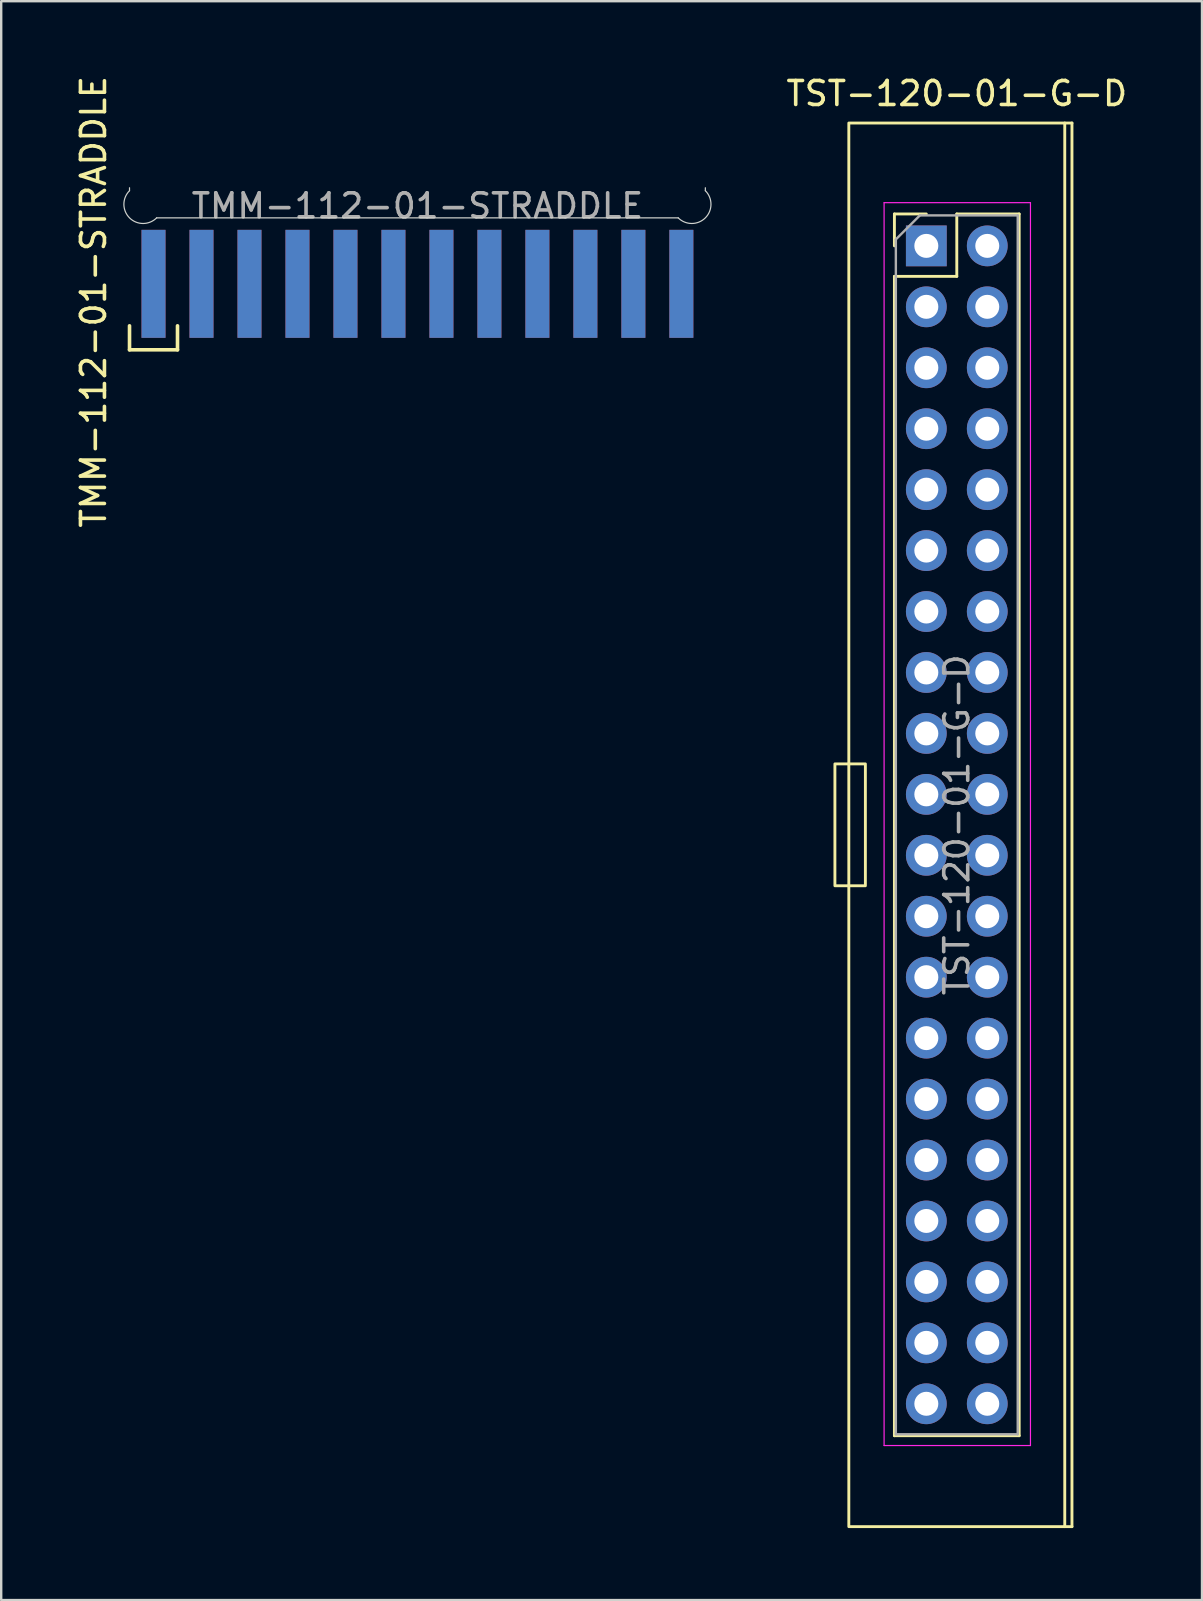
<source format=kicad_pcb>
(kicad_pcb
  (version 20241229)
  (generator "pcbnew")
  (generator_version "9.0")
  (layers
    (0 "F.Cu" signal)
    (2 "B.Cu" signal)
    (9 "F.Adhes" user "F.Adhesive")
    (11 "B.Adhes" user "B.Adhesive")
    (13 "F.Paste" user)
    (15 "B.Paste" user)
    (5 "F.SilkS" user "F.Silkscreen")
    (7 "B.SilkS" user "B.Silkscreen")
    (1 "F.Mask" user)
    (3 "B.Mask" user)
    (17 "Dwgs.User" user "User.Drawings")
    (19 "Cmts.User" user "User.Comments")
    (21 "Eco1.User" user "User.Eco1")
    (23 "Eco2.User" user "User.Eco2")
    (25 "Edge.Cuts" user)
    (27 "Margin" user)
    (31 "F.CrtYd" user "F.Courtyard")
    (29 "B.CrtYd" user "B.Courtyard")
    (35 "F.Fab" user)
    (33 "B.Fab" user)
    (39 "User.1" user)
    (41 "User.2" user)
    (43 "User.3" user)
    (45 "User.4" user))
  (footprint "TMM-112-01-STRADDLE"
    (layer "F.Cu")
    (at 14.348 6.03)
    (property "Reference" "TMM-112-01-STRADDLE" (at -13.5 3.5 270) (layer "F.SilkS") (effects (font (size 1 1) (thickness 0.15))))
    (attr smd)
    (fp_line (start -12 5.5) (end -12 4.5) (stroke (width 0.15) (type solid)) (layer "F.SilkS"))
    (fp_line (start -10 4.5) (end -10 5.5) (stroke (width 0.15) (type solid)) (layer "F.SilkS"))
    (fp_line (start -10 5.5) (end -12 5.5) (stroke (width 0.15) (type solid)) (layer "F.SilkS"))
    (fp_line (start -12 -1.131) (end -12 -1.254) (stroke (width 0.05) (type solid)) (layer "Edge.Cuts"))
    (fp_line (start -10.869 0) (end 10.869 0) (stroke (width 0.05) (type solid)) (layer "Edge.Cuts"))
    (fp_line (start 12 -1.131) (end 12 -1.254) (stroke (width 0.05) (type solid)) (layer "Edge.Cuts"))
    (fp_arc (start -10.868629 0) (mid -11.999999 0) (end -11.999999 -1.13137) (stroke (width 0.05) (type solid)) (layer "Edge.Cuts"))
    (fp_arc (start 11.999999 -1.13137) (mid 11.999999 0) (end 10.868629 0) (stroke (width 0.05) (type solid)) (layer "Edge.Cuts"))
    (fp_text user "${REFERENCE}" (at 0 -0.5 0) (layer "F.Fab") (effects (font (size 1 1) (thickness 0.15))))
    (pad "a1" smd rect (at -11 2.75 270) (size 4.5 1) (layers "F.Cu" "F.Mask" "F.Paste"))
    (pad "a2" smd rect (at -9 2.75 270) (size 4.5 1) (layers "F.Cu" "F.Mask" "F.Paste"))
    (pad "a3" smd rect (at -7 2.75 270) (size 4.5 1) (layers "F.Cu" "F.Mask" "F.Paste"))
    (pad "a4" smd rect (at -5 2.75 270) (size 4.5 1) (layers "F.Cu" "F.Mask" "F.Paste"))
    (pad "a5" smd rect (at -3 2.75 270) (size 4.5 1) (layers "F.Cu" "F.Mask" "F.Paste"))
    (pad "a6" smd rect (at -1 2.75 270) (size 4.5 1) (layers "F.Cu" "F.Mask" "F.Paste"))
    (pad "a7" smd rect (at 1 2.75 270) (size 4.5 1) (layers "F.Cu" "F.Mask" "F.Paste"))
    (pad "a8" smd rect (at 3 2.75 270) (size 4.5 1) (layers "F.Cu" "F.Mask" "F.Paste"))
    (pad "a9" smd rect (at 5 2.75 270) (size 4.5 1) (layers "F.Cu" "F.Mask" "F.Paste"))
    (pad "a10" smd rect (at 7 2.75 270) (size 4.5 1) (layers "F.Cu" "F.Mask" "F.Paste"))
    (pad "a11" smd rect (at 9 2.75 270) (size 4.5 1) (layers "F.Cu" "F.Mask" "F.Paste"))
    (pad "a12" smd rect (at 11 2.75 270) (size 4.5 1) (layers "F.Cu" "F.Mask" "F.Paste"))
    (pad "b1" smd rect (at -11 2.75 90) (size 4.5 1) (layers "B.Cu" "B.Mask" "B.Paste"))
    (pad "b2" smd rect (at -9 2.75 90) (size 4.5 1) (layers "B.Cu" "B.Mask" "B.Paste"))
    (pad "b3" smd rect (at -7 2.75 90) (size 4.5 1) (layers "B.Cu" "B.Mask" "B.Paste"))
    (pad "b4" smd rect (at -5 2.75 90) (size 4.5 1) (layers "B.Cu" "B.Mask" "B.Paste"))
    (pad "b5" smd rect (at -3 2.75 90) (size 4.5 1) (layers "B.Cu" "B.Mask" "B.Paste"))
    (pad "b6" smd rect (at -1 2.75 90) (size 4.5 1) (layers "B.Cu" "B.Mask" "B.Paste"))
    (pad "b7" smd rect (at 1 2.75 90) (size 4.5 1) (layers "B.Cu" "B.Mask" "B.Paste"))
    (pad "b8" smd rect (at 3 2.75 90) (size 4.5 1) (layers "B.Cu" "B.Mask" "B.Paste"))
    (pad "b9" smd rect (at 5 2.75 90) (size 4.5 1) (layers "B.Cu" "B.Mask" "B.Paste"))
    (pad "b10" smd rect (at 7 2.75 90) (size 4.5 1) (layers "B.Cu" "B.Mask" "B.Paste"))
    (pad "b11" smd rect (at 9 2.75 90) (size 4.5 1) (layers "B.Cu" "B.Mask" "B.Paste"))
    (pad "b12" smd rect (at 11 2.75 90) (size 4.5 1) (layers "B.Cu" "B.Mask" "B.Paste")))
  (footprint "TST-120-01-G-D"
    (layer "F.Cu")
    (at 35.558 7.198)
    (property "Reference" "TST-120-01-G-D" (at 1.27 -6.35 0) (layer "F.SilkS") (effects (font (size 1 1) (thickness 0.15))))
    (attr through_hole)
    (fp_line (start -1.33 -1.33) (end -1.33 0) (stroke (width 0.12) (type solid)) (layer "F.SilkS"))
    (fp_line (start -1.33 1.27) (end -1.33 49.59) (stroke (width 0.12) (type solid)) (layer "F.SilkS"))
    (fp_line (start 0 -1.33) (end -1.33 -1.33) (stroke (width 0.12) (type solid)) (layer "F.SilkS"))
    (fp_line (start 1.27 -1.33) (end 1.27 1.27) (stroke (width 0.12) (type solid)) (layer "F.SilkS"))
    (fp_line (start 1.27 1.27) (end -1.33 1.27) (stroke (width 0.12) (type solid)) (layer "F.SilkS"))
    (fp_line (start 3.87 -1.33) (end 1.27 -1.33) (stroke (width 0.12) (type solid)) (layer "F.SilkS"))
    (fp_line (start 3.87 -1.33) (end 3.87 49.59) (stroke (width 0.12) (type solid)) (layer "F.SilkS"))
    (fp_line (start 3.87 49.59) (end -1.33 49.59) (stroke (width 0.12) (type solid)) (layer "F.SilkS"))
    (fp_line (start 6.07 -5.12) (end 5.77 -5.12) (stroke (width 0.12) (type solid)) (layer "F.SilkS"))
    (fp_line (start 6.07 -5.12) (end 6.07 53.38) (stroke (width 0.12) (type solid)) (layer "F.SilkS"))
    (fp_line (start 6.07 53.38) (end 5.77 53.38) (stroke (width 0.12) (type solid)) (layer "F.SilkS"))
    (fp_rect (start -2.54 26.67) (end -3.81 21.59) (stroke (width 0.12) (type solid)) (fill no) (layer "F.SilkS"))
    (fp_rect (start 5.77 53.38) (end -3.23 -5.12) (stroke (width 0.12) (type solid)) (fill no) (layer "F.SilkS"))
    (fp_line (start -1.76 -1.8) (end -1.76 50) (stroke (width 0.05) (type solid)) (layer "F.CrtYd"))
    (fp_line (start -1.76 50) (end 4.34 50) (stroke (width 0.05) (type solid)) (layer "F.CrtYd"))
    (fp_line (start 4.34 -1.8) (end -1.76 -1.8) (stroke (width 0.05) (type solid)) (layer "F.CrtYd"))
    (fp_line (start 4.34 50) (end 4.34 -1.8) (stroke (width 0.05) (type solid)) (layer "F.CrtYd"))
    (fp_line (start -1.27 -0.27) (end -1.27 49.53) (stroke (width 0.1) (type solid)) (layer "F.Fab"))
    (fp_line (start -1.27 49.53) (end 3.81 49.53) (stroke (width 0.1) (type solid)) (layer "F.Fab"))
    (fp_line (start -0.27 -1.27) (end -1.27 -0.27) (stroke (width 0.1) (type solid)) (layer "F.Fab"))
    (fp_line (start 3.81 -1.27) (end -0.27 -1.27) (stroke (width 0.1) (type solid)) (layer "F.Fab"))
    (fp_line (start 3.81 49.53) (end 3.81 -1.27) (stroke (width 0.1) (type solid)) (layer "F.Fab"))
    (fp_text user "${REFERENCE}" (at 1.27 24.13 90) (layer "F.Fab") (effects (font (size 1 1) (thickness 0.15))))
    (pad "1" thru_hole rect (at 0 0) (size 1.7 1.7) (drill 1) (layers "*.Cu" "*.Mask"))
    (pad "2" thru_hole oval (at 2.54 0) (size 1.7 1.7) (drill 1) (layers "*.Cu" "*.Mask"))
    (pad "3" thru_hole oval (at 0 2.54) (size 1.7 1.7) (drill 1) (layers "*.Cu" "*.Mask"))
    (pad "4" thru_hole oval (at 2.54 2.54) (size 1.7 1.7) (drill 1) (layers "*.Cu" "*.Mask"))
    (pad "5" thru_hole oval (at 0 5.08) (size 1.7 1.7) (drill 1) (layers "*.Cu" "*.Mask"))
    (pad "6" thru_hole oval (at 2.54 5.08) (size 1.7 1.7) (drill 1) (layers "*.Cu" "*.Mask"))
    (pad "7" thru_hole oval (at 0 7.62) (size 1.7 1.7) (drill 1) (layers "*.Cu" "*.Mask"))
    (pad "8" thru_hole oval (at 2.54 7.62) (size 1.7 1.7) (drill 1) (layers "*.Cu" "*.Mask"))
    (pad "9" thru_hole oval (at 0 10.16) (size 1.7 1.7) (drill 1) (layers "*.Cu" "*.Mask"))
    (pad "10" thru_hole oval (at 2.54 10.16) (size 1.7 1.7) (drill 1) (layers "*.Cu" "*.Mask"))
    (pad "11" thru_hole oval (at 0 12.7) (size 1.7 1.7) (drill 1) (layers "*.Cu" "*.Mask"))
    (pad "12" thru_hole oval (at 2.54 12.7) (size 1.7 1.7) (drill 1) (layers "*.Cu" "*.Mask"))
    (pad "13" thru_hole oval (at 0 15.24) (size 1.7 1.7) (drill 1) (layers "*.Cu" "*.Mask"))
    (pad "14" thru_hole oval (at 2.54 15.24) (size 1.7 1.7) (drill 1) (layers "*.Cu" "*.Mask"))
    (pad "15" thru_hole oval (at 0 17.78) (size 1.7 1.7) (drill 1) (layers "*.Cu" "*.Mask"))
    (pad "16" thru_hole oval (at 2.54 17.78) (size 1.7 1.7) (drill 1) (layers "*.Cu" "*.Mask"))
    (pad "17" thru_hole oval (at 0 20.32) (size 1.7 1.7) (drill 1) (layers "*.Cu" "*.Mask"))
    (pad "18" thru_hole oval (at 2.54 20.32) (size 1.7 1.7) (drill 1) (layers "*.Cu" "*.Mask"))
    (pad "19" thru_hole oval (at 0 22.86) (size 1.7 1.7) (drill 1) (layers "*.Cu" "*.Mask"))
    (pad "20" thru_hole oval (at 2.54 22.86) (size 1.7 1.7) (drill 1) (layers "*.Cu" "*.Mask"))
    (pad "21" thru_hole oval (at 0 25.4) (size 1.7 1.7) (drill 1) (layers "*.Cu" "*.Mask"))
    (pad "22" thru_hole oval (at 2.54 25.4) (size 1.7 1.7) (drill 1) (layers "*.Cu" "*.Mask"))
    (pad "23" thru_hole oval (at 0 27.94) (size 1.7 1.7) (drill 1) (layers "*.Cu" "*.Mask"))
    (pad "24" thru_hole oval (at 2.54 27.94) (size 1.7 1.7) (drill 1) (layers "*.Cu" "*.Mask"))
    (pad "25" thru_hole oval (at 0 30.48) (size 1.7 1.7) (drill 1) (layers "*.Cu" "*.Mask"))
    (pad "26" thru_hole oval (at 2.54 30.48) (size 1.7 1.7) (drill 1) (layers "*.Cu" "*.Mask"))
    (pad "27" thru_hole oval (at 0 33.02) (size 1.7 1.7) (drill 1) (layers "*.Cu" "*.Mask"))
    (pad "28" thru_hole oval (at 2.54 33.02) (size 1.7 1.7) (drill 1) (layers "*.Cu" "*.Mask"))
    (pad "29" thru_hole oval (at 0 35.56) (size 1.7 1.7) (drill 1) (layers "*.Cu" "*.Mask"))
    (pad "30" thru_hole oval (at 2.54 35.56) (size 1.7 1.7) (drill 1) (layers "*.Cu" "*.Mask"))
    (pad "31" thru_hole oval (at 0 38.1) (size 1.7 1.7) (drill 1) (layers "*.Cu" "*.Mask"))
    (pad "32" thru_hole oval (at 2.54 38.1) (size 1.7 1.7) (drill 1) (layers "*.Cu" "*.Mask"))
    (pad "33" thru_hole oval (at 0 40.64) (size 1.7 1.7) (drill 1) (layers "*.Cu" "*.Mask"))
    (pad "34" thru_hole oval (at 2.54 40.64) (size 1.7 1.7) (drill 1) (layers "*.Cu" "*.Mask"))
    (pad "35" thru_hole oval (at 0 43.18) (size 1.7 1.7) (drill 1) (layers "*.Cu" "*.Mask"))
    (pad "36" thru_hole oval (at 2.54 43.18) (size 1.7 1.7) (drill 1) (layers "*.Cu" "*.Mask"))
    (pad "37" thru_hole oval (at 0 45.72) (size 1.7 1.7) (drill 1) (layers "*.Cu" "*.Mask"))
    (pad "38" thru_hole oval (at 2.54 45.72) (size 1.7 1.7) (drill 1) (layers "*.Cu" "*.Mask"))
    (pad "39" thru_hole oval (at 0 48.26) (size 1.7 1.7) (drill 1) (layers "*.Cu" "*.Mask"))
    (pad "40" thru_hole oval (at 2.54 48.26) (size 1.7 1.7) (drill 1) (layers "*.Cu" "*.Mask")))
  (gr_rect
    (start -3 -3)
    (end 47.048 63.638)
    (stroke (width 0.1) (type default))
    (fill no)
    (layer "Edge.Cuts")))
</source>
